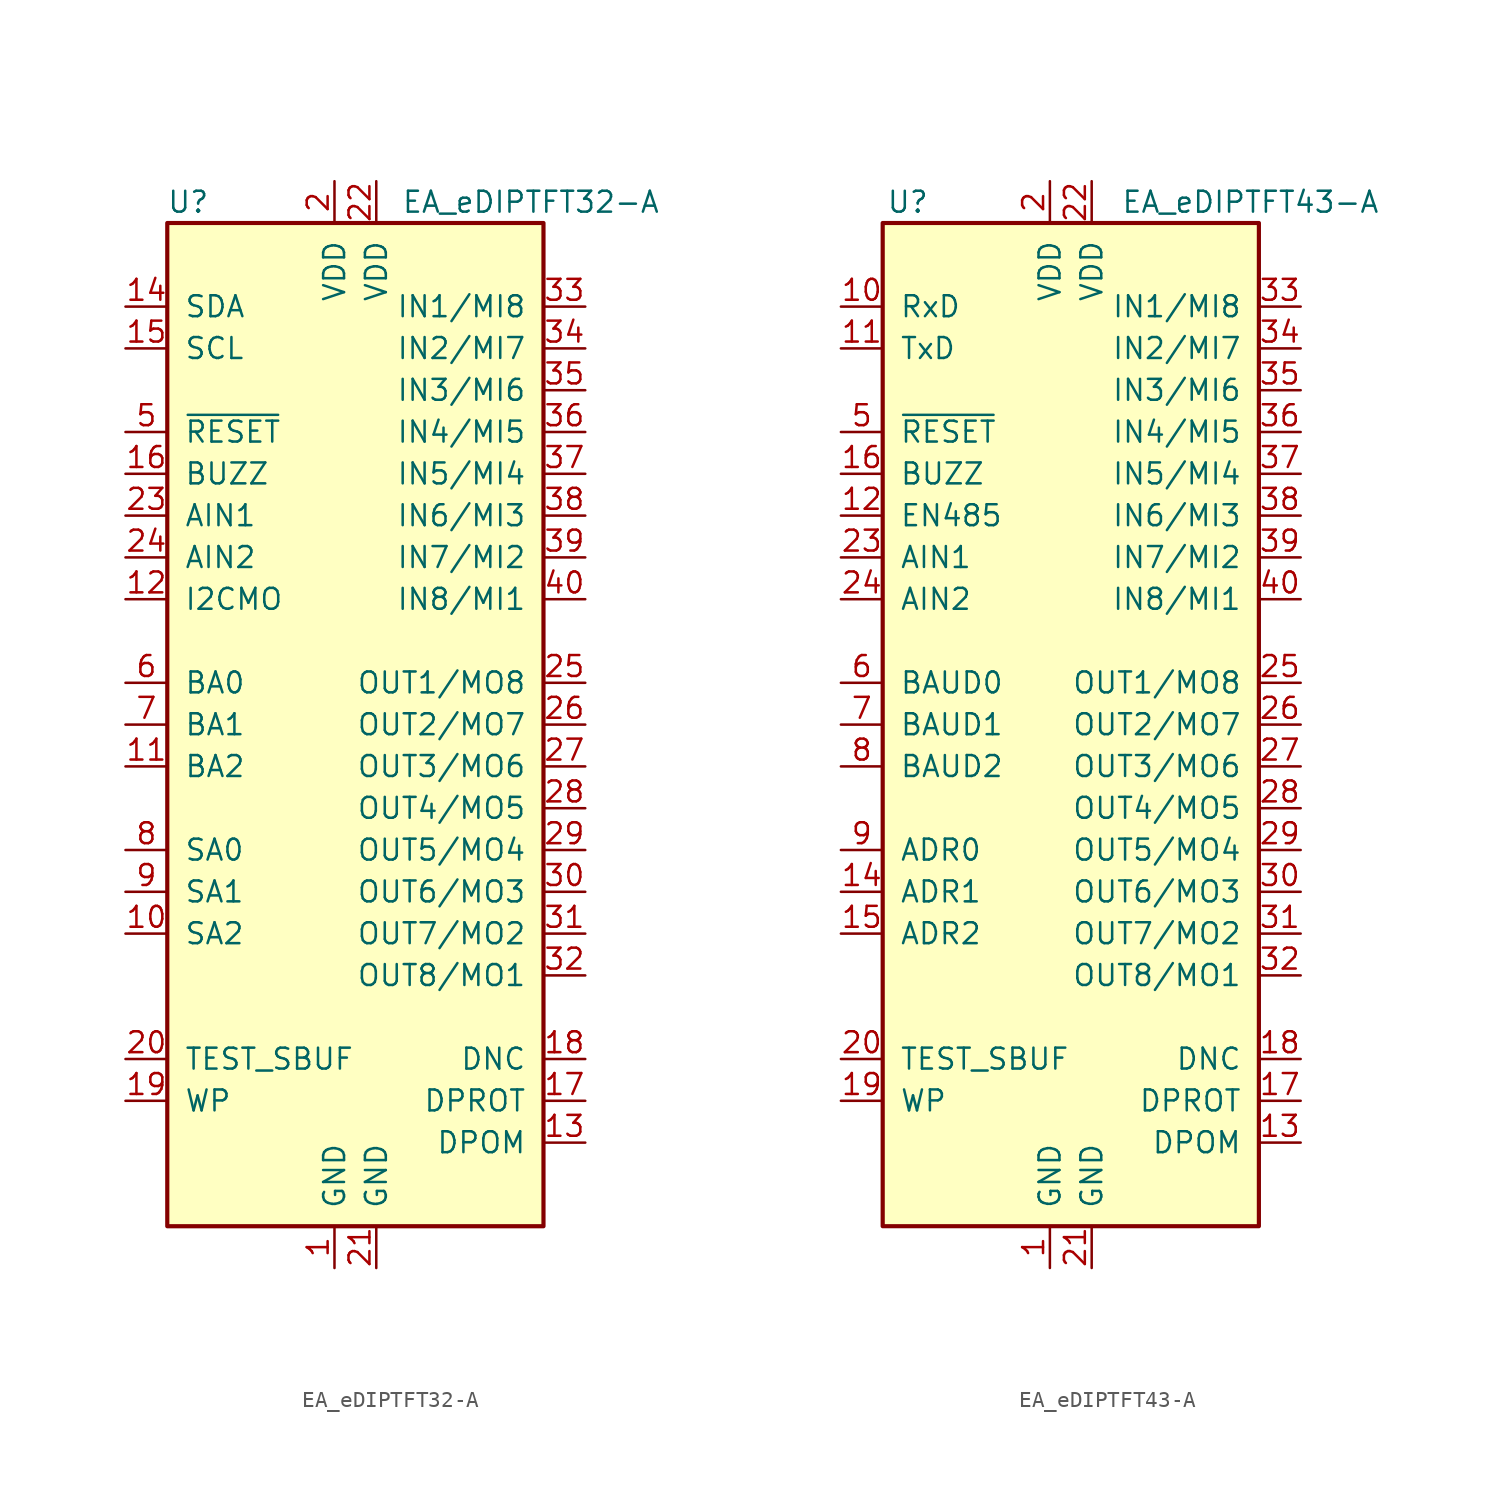
<source format=kicad_sym>
(kicad_symbol_lib
  (version 20231120)
  (generator "kicad_symbol_editor")
  (generator_version "8.0")
  (symbol "EA_eDIPTFT32-A"
    (pin_names
      (offset 1.016))
    (property "Reference" "U"
      (at -11.43 31.75 0)
      (effects (font (size 1.27 1.27))))
    (property "Value" "EA_eDIPTFT32-A"
      (at 1.524 31.75 0)
      (effects (font (size 1.27 1.27)) (justify left)))
    (symbol "EA_eDIPTFT32-A_0_1"
      (rectangle (start -12.7 30.48) (end 10.16 -30.48) (stroke (width 0.254) (type default)) (fill (type background))))
    (symbol "EA_eDIPTFT32-A_1_1"
      (pin power_in line (at -2.54 -33.02 90) (length 2.54) (name "GND" (effects (font (size 1.27 1.27)))) (number "1" (effects (font (size 1.27 1.27)))))
      (pin input line (at -15.24 -12.7 0) (length 2.54) (name "SA2" (effects (font (size 1.27 1.27)))) (number "10" (effects (font (size 1.27 1.27)))))
      (pin input line (at -15.24 -2.54 0) (length 2.54) (name "BA2" (effects (font (size 1.27 1.27)))) (number "11" (effects (font (size 1.27 1.27)))))
      (pin input line (at -15.24 7.62 0) (length 2.54) (name "I2CMO" (effects (font (size 1.27 1.27)))) (number "12" (effects (font (size 1.27 1.27)))))
      (pin input line (at 12.7 -25.4 180) (length 2.54) (name "DPOM" (effects (font (size 1.27 1.27)))) (number "13" (effects (font (size 1.27 1.27)))))
      (pin bidirectional line (at -15.24 25.4 0) (length 2.54) (name "SDA" (effects (font (size 1.27 1.27)))) (number "14" (effects (font (size 1.27 1.27)))))
      (pin input line (at -15.24 22.86 0) (length 2.54) (name "SCL" (effects (font (size 1.27 1.27)))) (number "15" (effects (font (size 1.27 1.27)))))
      (pin output line (at -15.24 15.24 0) (length 2.54) (name "BUZZ" (effects (font (size 1.27 1.27)))) (number "16" (effects (font (size 1.27 1.27)))))
      (pin input line (at 12.7 -22.86 180) (length 2.54) (name "DPROT" (effects (font (size 1.27 1.27)))) (number "17" (effects (font (size 1.27 1.27)))))
      (pin output line (at 12.7 -20.32 180) (length 2.54) (name "DNC" (effects (font (size 1.27 1.27)))) (number "18" (effects (font (size 1.27 1.27)))))
      (pin input line (at -15.24 -22.86 0) (length 2.54) (name "WP" (effects (font (size 1.27 1.27)))) (number "19" (effects (font (size 1.27 1.27)))))
      (pin power_in line (at -2.54 33.02 270) (length 2.54) (name "VDD" (effects (font (size 1.27 1.27)))) (number "2" (effects (font (size 1.27 1.27)))))
      (pin bidirectional line (at -15.24 -20.32 0) (length 2.54) (name "TEST_SBUF" (effects (font (size 1.27 1.27)))) (number "20" (effects (font (size 1.27 1.27)))))
      (pin power_in line (at 0 -33.02 90) (length 2.54) (name "GND" (effects (font (size 1.27 1.27)))) (number "21" (effects (font (size 1.27 1.27)))))
      (pin power_in line (at 0 33.02 270) (length 2.54) (name "VDD" (effects (font (size 1.27 1.27)))) (number "22" (effects (font (size 1.27 1.27)))))
      (pin input line (at -15.24 12.7 0) (length 2.54) (name "AIN1" (effects (font (size 1.27 1.27)))) (number "23" (effects (font (size 1.27 1.27)))))
      (pin input line (at -15.24 10.16 0) (length 2.54) (name "AIN2" (effects (font (size 1.27 1.27)))) (number "24" (effects (font (size 1.27 1.27)))))
      (pin output line (at 12.7 2.54 180) (length 2.54) (name "OUT1/MO8" (effects (font (size 1.27 1.27)))) (number "25" (effects (font (size 1.27 1.27)))))
      (pin output line (at 12.7 0 180) (length 2.54) (name "OUT2/MO7" (effects (font (size 1.27 1.27)))) (number "26" (effects (font (size 1.27 1.27)))))
      (pin output line (at 12.7 -2.54 180) (length 2.54) (name "OUT3/MO6" (effects (font (size 1.27 1.27)))) (number "27" (effects (font (size 1.27 1.27)))))
      (pin output line (at 12.7 -5.08 180) (length 2.54) (name "OUT4/MO5" (effects (font (size 1.27 1.27)))) (number "28" (effects (font (size 1.27 1.27)))))
      (pin output line (at 12.7 -7.62 180) (length 2.54) (name "OUT5/MO4" (effects (font (size 1.27 1.27)))) (number "29" (effects (font (size 1.27 1.27)))))
      (pin no_connect line (at 10.16 -27.94 180) (length 2.54) hide (name "NC" (effects (font (size 1.27 1.27)))) (number "3" (effects (font (size 1.27 1.27)))))
      (pin output line (at 12.7 -10.16 180) (length 2.54) (name "OUT6/MO3" (effects (font (size 1.27 1.27)))) (number "30" (effects (font (size 1.27 1.27)))))
      (pin output line (at 12.7 -12.7 180) (length 2.54) (name "OUT7/MO2" (effects (font (size 1.27 1.27)))) (number "31" (effects (font (size 1.27 1.27)))))
      (pin output line (at 12.7 -15.24 180) (length 2.54) (name "OUT8/MO1" (effects (font (size 1.27 1.27)))) (number "32" (effects (font (size 1.27 1.27)))))
      (pin input line (at 12.7 25.4 180) (length 2.54) (name "IN1/MI8" (effects (font (size 1.27 1.27)))) (number "33" (effects (font (size 1.27 1.27)))))
      (pin input line (at 12.7 22.86 180) (length 2.54) (name "IN2/MI7" (effects (font (size 1.27 1.27)))) (number "34" (effects (font (size 1.27 1.27)))))
      (pin input line (at 12.7 20.32 180) (length 2.54) (name "IN3/MI6" (effects (font (size 1.27 1.27)))) (number "35" (effects (font (size 1.27 1.27)))))
      (pin input line (at 12.7 17.78 180) (length 2.54) (name "IN4/MI5" (effects (font (size 1.27 1.27)))) (number "36" (effects (font (size 1.27 1.27)))))
      (pin input line (at 12.7 15.24 180) (length 2.54) (name "IN5/MI4" (effects (font (size 1.27 1.27)))) (number "37" (effects (font (size 1.27 1.27)))))
      (pin input line (at 12.7 12.7 180) (length 2.54) (name "IN6/MI3" (effects (font (size 1.27 1.27)))) (number "38" (effects (font (size 1.27 1.27)))))
      (pin input line (at 12.7 10.16 180) (length 2.54) (name "IN7/MI2" (effects (font (size 1.27 1.27)))) (number "39" (effects (font (size 1.27 1.27)))))
      (pin no_connect line (at -12.7 -27.94 0) (length 2.54) hide (name "NC" (effects (font (size 1.27 1.27)))) (number "4" (effects (font (size 1.27 1.27)))))
      (pin input line (at 12.7 7.62 180) (length 2.54) (name "IN8/MI1" (effects (font (size 1.27 1.27)))) (number "40" (effects (font (size 1.27 1.27)))))
      (pin input line (at -15.24 17.78 0) (length 2.54) (name "~{RESET}" (effects (font (size 1.27 1.27)))) (number "5" (effects (font (size 1.27 1.27)))))
      (pin input line (at -15.24 2.54 0) (length 2.54) (name "BA0" (effects (font (size 1.27 1.27)))) (number "6" (effects (font (size 1.27 1.27)))))
      (pin input line (at -15.24 0 0) (length 2.54) (name "BA1" (effects (font (size 1.27 1.27)))) (number "7" (effects (font (size 1.27 1.27)))))
      (pin input line (at -15.24 -7.62 0) (length 2.54) (name "SA0" (effects (font (size 1.27 1.27)))) (number "8" (effects (font (size 1.27 1.27)))))
      (pin input line (at -15.24 -10.16 0) (length 2.54) (name "SA1" (effects (font (size 1.27 1.27)))) (number "9" (effects (font (size 1.27 1.27)))))))
  (symbol "EA_eDIPTFT43-A"
    (pin_names
      (offset 1.016))
    (property "Reference" "U"
      (at -11.176 31.75 0)
      (effects (font (size 1.27 1.27))))
    (property "Value" "EA_eDIPTFT43-A"
      (at 1.778 31.75 0)
      (effects (font (size 1.27 1.27)) (justify left)))
    (symbol "EA_eDIPTFT43-A_0_1"
      (rectangle (start -12.7 30.48) (end 10.16 -30.48) (stroke (width 0.254) (type default)) (fill (type background))))
    (symbol "EA_eDIPTFT43-A_1_1"
      (pin power_in line (at -2.54 -33.02 90) (length 2.54) (name "GND" (effects (font (size 1.27 1.27)))) (number "1" (effects (font (size 1.27 1.27)))))
      (pin input line (at -15.24 25.4 0) (length 2.54) (name "RxD" (effects (font (size 1.27 1.27)))) (number "10" (effects (font (size 1.27 1.27)))))
      (pin output line (at -15.24 22.86 0) (length 2.54) (name "TxD" (effects (font (size 1.27 1.27)))) (number "11" (effects (font (size 1.27 1.27)))))
      (pin output line (at -15.24 12.7 0) (length 2.54) (name "EN485" (effects (font (size 1.27 1.27)))) (number "12" (effects (font (size 1.27 1.27)))))
      (pin input line (at 12.7 -25.4 180) (length 2.54) (name "DPOM" (effects (font (size 1.27 1.27)))) (number "13" (effects (font (size 1.27 1.27)))))
      (pin input line (at -15.24 -10.16 0) (length 2.54) (name "ADR1" (effects (font (size 1.27 1.27)))) (number "14" (effects (font (size 1.27 1.27)))))
      (pin input line (at -15.24 -12.7 0) (length 2.54) (name "ADR2" (effects (font (size 1.27 1.27)))) (number "15" (effects (font (size 1.27 1.27)))))
      (pin output line (at -15.24 15.24 0) (length 2.54) (name "BUZZ" (effects (font (size 1.27 1.27)))) (number "16" (effects (font (size 1.27 1.27)))))
      (pin input line (at 12.7 -22.86 180) (length 2.54) (name "DPROT" (effects (font (size 1.27 1.27)))) (number "17" (effects (font (size 1.27 1.27)))))
      (pin output line (at 12.7 -20.32 180) (length 2.54) (name "DNC" (effects (font (size 1.27 1.27)))) (number "18" (effects (font (size 1.27 1.27)))))
      (pin input line (at -15.24 -22.86 0) (length 2.54) (name "WP" (effects (font (size 1.27 1.27)))) (number "19" (effects (font (size 1.27 1.27)))))
      (pin power_in line (at -2.54 33.02 270) (length 2.54) (name "VDD" (effects (font (size 1.27 1.27)))) (number "2" (effects (font (size 1.27 1.27)))))
      (pin bidirectional line (at -15.24 -20.32 0) (length 2.54) (name "TEST_SBUF" (effects (font (size 1.27 1.27)))) (number "20" (effects (font (size 1.27 1.27)))))
      (pin power_in line (at 0 -33.02 90) (length 2.54) (name "GND" (effects (font (size 1.27 1.27)))) (number "21" (effects (font (size 1.27 1.27)))))
      (pin power_in line (at 0 33.02 270) (length 2.54) (name "VDD" (effects (font (size 1.27 1.27)))) (number "22" (effects (font (size 1.27 1.27)))))
      (pin input line (at -15.24 10.16 0) (length 2.54) (name "AIN1" (effects (font (size 1.27 1.27)))) (number "23" (effects (font (size 1.27 1.27)))))
      (pin input line (at -15.24 7.62 0) (length 2.54) (name "AIN2" (effects (font (size 1.27 1.27)))) (number "24" (effects (font (size 1.27 1.27)))))
      (pin output line (at 12.7 2.54 180) (length 2.54) (name "OUT1/MO8" (effects (font (size 1.27 1.27)))) (number "25" (effects (font (size 1.27 1.27)))))
      (pin output line (at 12.7 0 180) (length 2.54) (name "OUT2/MO7" (effects (font (size 1.27 1.27)))) (number "26" (effects (font (size 1.27 1.27)))))
      (pin output line (at 12.7 -2.54 180) (length 2.54) (name "OUT3/MO6" (effects (font (size 1.27 1.27)))) (number "27" (effects (font (size 1.27 1.27)))))
      (pin output line (at 12.7 -5.08 180) (length 2.54) (name "OUT4/MO5" (effects (font (size 1.27 1.27)))) (number "28" (effects (font (size 1.27 1.27)))))
      (pin output line (at 12.7 -7.62 180) (length 2.54) (name "OUT5/MO4" (effects (font (size 1.27 1.27)))) (number "29" (effects (font (size 1.27 1.27)))))
      (pin no_connect line (at 10.16 -27.94 180) (length 2.54) hide (name "NC" (effects (font (size 1.27 1.27)))) (number "3" (effects (font (size 1.27 1.27)))))
      (pin output line (at 12.7 -10.16 180) (length 2.54) (name "OUT6/MO3" (effects (font (size 1.27 1.27)))) (number "30" (effects (font (size 1.27 1.27)))))
      (pin output line (at 12.7 -12.7 180) (length 2.54) (name "OUT7/MO2" (effects (font (size 1.27 1.27)))) (number "31" (effects (font (size 1.27 1.27)))))
      (pin output line (at 12.7 -15.24 180) (length 2.54) (name "OUT8/MO1" (effects (font (size 1.27 1.27)))) (number "32" (effects (font (size 1.27 1.27)))))
      (pin input line (at 12.7 25.4 180) (length 2.54) (name "IN1/MI8" (effects (font (size 1.27 1.27)))) (number "33" (effects (font (size 1.27 1.27)))))
      (pin input line (at 12.7 22.86 180) (length 2.54) (name "IN2/MI7" (effects (font (size 1.27 1.27)))) (number "34" (effects (font (size 1.27 1.27)))))
      (pin input line (at 12.7 20.32 180) (length 2.54) (name "IN3/MI6" (effects (font (size 1.27 1.27)))) (number "35" (effects (font (size 1.27 1.27)))))
      (pin input line (at 12.7 17.78 180) (length 2.54) (name "IN4/MI5" (effects (font (size 1.27 1.27)))) (number "36" (effects (font (size 1.27 1.27)))))
      (pin input line (at 12.7 15.24 180) (length 2.54) (name "IN5/MI4" (effects (font (size 1.27 1.27)))) (number "37" (effects (font (size 1.27 1.27)))))
      (pin input line (at 12.7 12.7 180) (length 2.54) (name "IN6/MI3" (effects (font (size 1.27 1.27)))) (number "38" (effects (font (size 1.27 1.27)))))
      (pin input line (at 12.7 10.16 180) (length 2.54) (name "IN7/MI2" (effects (font (size 1.27 1.27)))) (number "39" (effects (font (size 1.27 1.27)))))
      (pin no_connect line (at -12.7 -27.94 0) (length 2.54) hide (name "NC" (effects (font (size 1.27 1.27)))) (number "4" (effects (font (size 1.27 1.27)))))
      (pin input line (at 12.7 7.62 180) (length 2.54) (name "IN8/MI1" (effects (font (size 1.27 1.27)))) (number "40" (effects (font (size 1.27 1.27)))))
      (pin input line (at -15.24 17.78 0) (length 2.54) (name "~{RESET}" (effects (font (size 1.27 1.27)))) (number "5" (effects (font (size 1.27 1.27)))))
      (pin input line (at -15.24 2.54 0) (length 2.54) (name "BAUD0" (effects (font (size 1.27 1.27)))) (number "6" (effects (font (size 1.27 1.27)))))
      (pin input line (at -15.24 0 0) (length 2.54) (name "BAUD1" (effects (font (size 1.27 1.27)))) (number "7" (effects (font (size 1.27 1.27)))))
      (pin input line (at -15.24 -2.54 0) (length 2.54) (name "BAUD2" (effects (font (size 1.27 1.27)))) (number "8" (effects (font (size 1.27 1.27)))))
      (pin input line (at -15.24 -7.62 0) (length 2.54) (name "ADR0" (effects (font (size 1.27 1.27)))) (number "9" (effects (font (size 1.27 1.27))))))))
</source>
